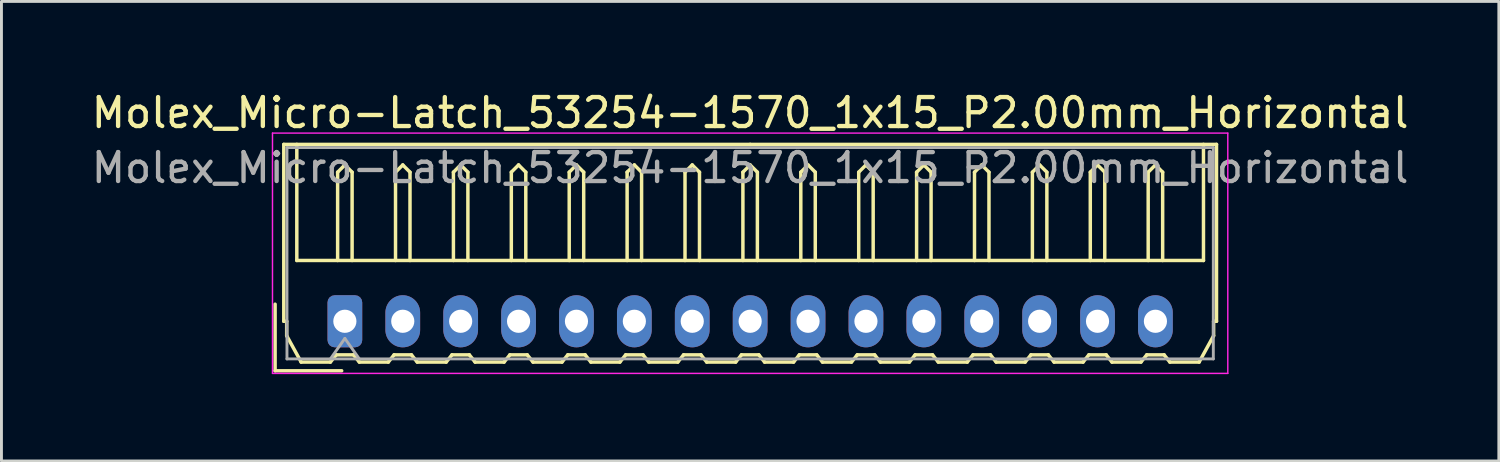
<source format=kicad_pcb>
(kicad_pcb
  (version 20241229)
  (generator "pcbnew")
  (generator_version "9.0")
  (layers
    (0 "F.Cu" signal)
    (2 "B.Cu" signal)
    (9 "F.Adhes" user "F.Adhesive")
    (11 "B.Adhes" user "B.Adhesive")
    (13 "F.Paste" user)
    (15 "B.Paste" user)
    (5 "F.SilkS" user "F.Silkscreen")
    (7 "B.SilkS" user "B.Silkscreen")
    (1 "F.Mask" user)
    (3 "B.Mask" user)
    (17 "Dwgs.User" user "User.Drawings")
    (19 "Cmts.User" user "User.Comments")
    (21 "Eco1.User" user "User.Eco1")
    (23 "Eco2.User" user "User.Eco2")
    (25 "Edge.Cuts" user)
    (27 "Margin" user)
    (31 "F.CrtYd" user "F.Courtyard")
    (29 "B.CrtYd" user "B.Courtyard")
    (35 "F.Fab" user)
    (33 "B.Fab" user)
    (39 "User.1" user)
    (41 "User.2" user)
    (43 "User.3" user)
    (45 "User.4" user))
  (footprint "Molex_Micro-Latch_53254-1570_1x15_P2.00mm_Horizontal"
    (layer "F.Cu")
    (at 8.863 8.048)
    (property "Reference" "Molex_Micro-Latch_53254-1570_1x15_P2.00mm_Horizontal" (at 14 -7.2 0) (layer "F.SilkS") (effects (font (size 1 1) (thickness 0.15))))
    (attr through_hole)
    (fp_line (start -2.41 1.71) (end -2.41 -0.59) (stroke (width 0.12) (type solid)) (layer "F.SilkS"))
    (fp_line (start -2.11 -6.11) (end 14 -6.11) (stroke (width 0.12) (type solid)) (layer "F.SilkS"))
    (fp_line (start -2.11 0) (end -2.11 -6.11) (stroke (width 0.12) (type solid)) (layer "F.SilkS"))
    (fp_line (start -2.01 0) (end -2.11 0) (stroke (width 0.12) (type solid)) (layer "F.SilkS"))
    (fp_line (start -2.01 0.5) (end -2.01 0) (stroke (width 0.12) (type solid)) (layer "F.SilkS"))
    (fp_line (start -1.66 -6.11) (end -1.66 -2.1) (stroke (width 0.12) (type solid)) (layer "F.SilkS"))
    (fp_line (start -1.66 -2.1) (end 29.66 -2.1) (stroke (width 0.12) (type solid)) (layer "F.SilkS"))
    (fp_line (start -1.51 1.41) (end -2.01 0.5) (stroke (width 0.12) (type solid)) (layer "F.SilkS"))
    (fp_line (start -0.5 1.41) (end -1.51 1.41) (stroke (width 0.12) (type solid)) (layer "F.SilkS"))
    (fp_line (start -0.3 1.16) (end -0.5 1.41) (stroke (width 0.12) (type solid)) (layer "F.SilkS"))
    (fp_line (start -0.3 1.16) (end 0.3 1.16) (stroke (width 0.12) (type solid)) (layer "F.SilkS"))
    (fp_line (start -0.25 -5.15) (end 0 -5.4) (stroke (width 0.12) (type solid)) (layer "F.SilkS"))
    (fp_line (start -0.25 -2.1) (end -0.25 -5.15) (stroke (width 0.12) (type solid)) (layer "F.SilkS"))
    (fp_line (start -0.11 1.71) (end -2.41 1.71) (stroke (width 0.12) (type solid)) (layer "F.SilkS"))
    (fp_line (start 0 -5.4) (end 0.25 -5.15) (stroke (width 0.12) (type solid)) (layer "F.SilkS"))
    (fp_line (start 0.25 -5.15) (end 0.25 -2.1) (stroke (width 0.12) (type solid)) (layer "F.SilkS"))
    (fp_line (start 0.3 1.16) (end 0.5 1.41) (stroke (width 0.12) (type solid)) (layer "F.SilkS"))
    (fp_line (start 0.5 1.41) (end 1.5 1.41) (stroke (width 0.12) (type solid)) (layer "F.SilkS"))
    (fp_line (start 1.5 1.41) (end 1.7 1.16) (stroke (width 0.12) (type solid)) (layer "F.SilkS"))
    (fp_line (start 1.7 1.16) (end 2.3 1.16) (stroke (width 0.12) (type solid)) (layer "F.SilkS"))
    (fp_line (start 1.75 -5.15) (end 2 -5.4) (stroke (width 0.12) (type solid)) (layer "F.SilkS"))
    (fp_line (start 1.75 -2.1) (end 1.75 -5.15) (stroke (width 0.12) (type solid)) (layer "F.SilkS"))
    (fp_line (start 2 -5.4) (end 2.25 -5.15) (stroke (width 0.12) (type solid)) (layer "F.SilkS"))
    (fp_line (start 2.25 -5.15) (end 2.25 -2.1) (stroke (width 0.12) (type solid)) (layer "F.SilkS"))
    (fp_line (start 2.3 1.16) (end 2.5 1.41) (stroke (width 0.12) (type solid)) (layer "F.SilkS"))
    (fp_line (start 2.5 1.41) (end 3.5 1.41) (stroke (width 0.12) (type solid)) (layer "F.SilkS"))
    (fp_line (start 3.5 1.41) (end 3.7 1.16) (stroke (width 0.12) (type solid)) (layer "F.SilkS"))
    (fp_line (start 3.7 1.16) (end 4.3 1.16) (stroke (width 0.12) (type solid)) (layer "F.SilkS"))
    (fp_line (start 3.75 -5.15) (end 4 -5.4) (stroke (width 0.12) (type solid)) (layer "F.SilkS"))
    (fp_line (start 3.75 -2.1) (end 3.75 -5.15) (stroke (width 0.12) (type solid)) (layer "F.SilkS"))
    (fp_line (start 4 -5.4) (end 4.25 -5.15) (stroke (width 0.12) (type solid)) (layer "F.SilkS"))
    (fp_line (start 4.25 -5.15) (end 4.25 -2.1) (stroke (width 0.12) (type solid)) (layer "F.SilkS"))
    (fp_line (start 4.3 1.16) (end 4.5 1.41) (stroke (width 0.12) (type solid)) (layer "F.SilkS"))
    (fp_line (start 4.5 1.41) (end 5.5 1.41) (stroke (width 0.12) (type solid)) (layer "F.SilkS"))
    (fp_line (start 5.5 1.41) (end 5.7 1.16) (stroke (width 0.12) (type solid)) (layer "F.SilkS"))
    (fp_line (start 5.7 1.16) (end 6.3 1.16) (stroke (width 0.12) (type solid)) (layer "F.SilkS"))
    (fp_line (start 5.75 -5.15) (end 6 -5.4) (stroke (width 0.12) (type solid)) (layer "F.SilkS"))
    (fp_line (start 5.75 -2.1) (end 5.75 -5.15) (stroke (width 0.12) (type solid)) (layer "F.SilkS"))
    (fp_line (start 6 -5.4) (end 6.25 -5.15) (stroke (width 0.12) (type solid)) (layer "F.SilkS"))
    (fp_line (start 6.25 -5.15) (end 6.25 -2.1) (stroke (width 0.12) (type solid)) (layer "F.SilkS"))
    (fp_line (start 6.3 1.16) (end 6.5 1.41) (stroke (width 0.12) (type solid)) (layer "F.SilkS"))
    (fp_line (start 6.5 1.41) (end 7.5 1.41) (stroke (width 0.12) (type solid)) (layer "F.SilkS"))
    (fp_line (start 7.5 1.41) (end 7.7 1.16) (stroke (width 0.12) (type solid)) (layer "F.SilkS"))
    (fp_line (start 7.7 1.16) (end 8.3 1.16) (stroke (width 0.12) (type solid)) (layer "F.SilkS"))
    (fp_line (start 7.75 -5.15) (end 8 -5.4) (stroke (width 0.12) (type solid)) (layer "F.SilkS"))
    (fp_line (start 7.75 -2.1) (end 7.75 -5.15) (stroke (width 0.12) (type solid)) (layer "F.SilkS"))
    (fp_line (start 8 -5.4) (end 8.25 -5.15) (stroke (width 0.12) (type solid)) (layer "F.SilkS"))
    (fp_line (start 8.25 -5.15) (end 8.25 -2.1) (stroke (width 0.12) (type solid)) (layer "F.SilkS"))
    (fp_line (start 8.3 1.16) (end 8.5 1.41) (stroke (width 0.12) (type solid)) (layer "F.SilkS"))
    (fp_line (start 8.5 1.41) (end 9.5 1.41) (stroke (width 0.12) (type solid)) (layer "F.SilkS"))
    (fp_line (start 9.5 1.41) (end 9.7 1.16) (stroke (width 0.12) (type solid)) (layer "F.SilkS"))
    (fp_line (start 9.7 1.16) (end 10.3 1.16) (stroke (width 0.12) (type solid)) (layer "F.SilkS"))
    (fp_line (start 9.75 -5.15) (end 10 -5.4) (stroke (width 0.12) (type solid)) (layer "F.SilkS"))
    (fp_line (start 9.75 -2.1) (end 9.75 -5.15) (stroke (width 0.12) (type solid)) (layer "F.SilkS"))
    (fp_line (start 10 -5.4) (end 10.25 -5.15) (stroke (width 0.12) (type solid)) (layer "F.SilkS"))
    (fp_line (start 10.25 -5.15) (end 10.25 -2.1) (stroke (width 0.12) (type solid)) (layer "F.SilkS"))
    (fp_line (start 10.3 1.16) (end 10.5 1.41) (stroke (width 0.12) (type solid)) (layer "F.SilkS"))
    (fp_line (start 10.5 1.41) (end 11.5 1.41) (stroke (width 0.12) (type solid)) (layer "F.SilkS"))
    (fp_line (start 11.5 1.41) (end 11.7 1.16) (stroke (width 0.12) (type solid)) (layer "F.SilkS"))
    (fp_line (start 11.7 1.16) (end 12.3 1.16) (stroke (width 0.12) (type solid)) (layer "F.SilkS"))
    (fp_line (start 11.75 -5.15) (end 12 -5.4) (stroke (width 0.12) (type solid)) (layer "F.SilkS"))
    (fp_line (start 11.75 -2.1) (end 11.75 -5.15) (stroke (width 0.12) (type solid)) (layer "F.SilkS"))
    (fp_line (start 12 -5.4) (end 12.25 -5.15) (stroke (width 0.12) (type solid)) (layer "F.SilkS"))
    (fp_line (start 12.25 -5.15) (end 12.25 -2.1) (stroke (width 0.12) (type solid)) (layer "F.SilkS"))
    (fp_line (start 12.3 1.16) (end 12.5 1.41) (stroke (width 0.12) (type solid)) (layer "F.SilkS"))
    (fp_line (start 12.5 1.41) (end 13.5 1.41) (stroke (width 0.12) (type solid)) (layer "F.SilkS"))
    (fp_line (start 13.5 1.41) (end 13.7 1.16) (stroke (width 0.12) (type solid)) (layer "F.SilkS"))
    (fp_line (start 13.7 1.16) (end 14.3 1.16) (stroke (width 0.12) (type solid)) (layer "F.SilkS"))
    (fp_line (start 13.75 -5.15) (end 14 -5.4) (stroke (width 0.12) (type solid)) (layer "F.SilkS"))
    (fp_line (start 13.75 -2.1) (end 13.75 -5.15) (stroke (width 0.12) (type solid)) (layer "F.SilkS"))
    (fp_line (start 14 -5.4) (end 14.25 -5.15) (stroke (width 0.12) (type solid)) (layer "F.SilkS"))
    (fp_line (start 14.25 -5.15) (end 14.25 -2.1) (stroke (width 0.12) (type solid)) (layer "F.SilkS"))
    (fp_line (start 14.3 1.16) (end 14.5 1.41) (stroke (width 0.12) (type solid)) (layer "F.SilkS"))
    (fp_line (start 14.5 1.41) (end 15.5 1.41) (stroke (width 0.12) (type solid)) (layer "F.SilkS"))
    (fp_line (start 15.5 1.41) (end 15.7 1.16) (stroke (width 0.12) (type solid)) (layer "F.SilkS"))
    (fp_line (start 15.7 1.16) (end 16.3 1.16) (stroke (width 0.12) (type solid)) (layer "F.SilkS"))
    (fp_line (start 15.75 -5.15) (end 16 -5.4) (stroke (width 0.12) (type solid)) (layer "F.SilkS"))
    (fp_line (start 15.75 -2.1) (end 15.75 -5.15) (stroke (width 0.12) (type solid)) (layer "F.SilkS"))
    (fp_line (start 16 -5.4) (end 16.25 -5.15) (stroke (width 0.12) (type solid)) (layer "F.SilkS"))
    (fp_line (start 16.25 -5.15) (end 16.25 -2.1) (stroke (width 0.12) (type solid)) (layer "F.SilkS"))
    (fp_line (start 16.3 1.16) (end 16.5 1.41) (stroke (width 0.12) (type solid)) (layer "F.SilkS"))
    (fp_line (start 16.5 1.41) (end 17.5 1.41) (stroke (width 0.12) (type solid)) (layer "F.SilkS"))
    (fp_line (start 17.5 1.41) (end 17.7 1.16) (stroke (width 0.12) (type solid)) (layer "F.SilkS"))
    (fp_line (start 17.7 1.16) (end 18.3 1.16) (stroke (width 0.12) (type solid)) (layer "F.SilkS"))
    (fp_line (start 17.75 -5.15) (end 18 -5.4) (stroke (width 0.12) (type solid)) (layer "F.SilkS"))
    (fp_line (start 17.75 -2.1) (end 17.75 -5.15) (stroke (width 0.12) (type solid)) (layer "F.SilkS"))
    (fp_line (start 18 -5.4) (end 18.25 -5.15) (stroke (width 0.12) (type solid)) (layer "F.SilkS"))
    (fp_line (start 18.25 -5.15) (end 18.25 -2.1) (stroke (width 0.12) (type solid)) (layer "F.SilkS"))
    (fp_line (start 18.3 1.16) (end 18.5 1.41) (stroke (width 0.12) (type solid)) (layer "F.SilkS"))
    (fp_line (start 18.5 1.41) (end 19.5 1.41) (stroke (width 0.12) (type solid)) (layer "F.SilkS"))
    (fp_line (start 19.5 1.41) (end 19.7 1.16) (stroke (width 0.12) (type solid)) (layer "F.SilkS"))
    (fp_line (start 19.7 1.16) (end 20.3 1.16) (stroke (width 0.12) (type solid)) (layer "F.SilkS"))
    (fp_line (start 19.75 -5.15) (end 20 -5.4) (stroke (width 0.12) (type solid)) (layer "F.SilkS"))
    (fp_line (start 19.75 -2.1) (end 19.75 -5.15) (stroke (width 0.12) (type solid)) (layer "F.SilkS"))
    (fp_line (start 20 -5.4) (end 20.25 -5.15) (stroke (width 0.12) (type solid)) (layer "F.SilkS"))
    (fp_line (start 20.25 -5.15) (end 20.25 -2.1) (stroke (width 0.12) (type solid)) (layer "F.SilkS"))
    (fp_line (start 20.3 1.16) (end 20.5 1.41) (stroke (width 0.12) (type solid)) (layer "F.SilkS"))
    (fp_line (start 20.5 1.41) (end 21.5 1.41) (stroke (width 0.12) (type solid)) (layer "F.SilkS"))
    (fp_line (start 21.5 1.41) (end 21.7 1.16) (stroke (width 0.12) (type solid)) (layer "F.SilkS"))
    (fp_line (start 21.7 1.16) (end 22.3 1.16) (stroke (width 0.12) (type solid)) (layer "F.SilkS"))
    (fp_line (start 21.75 -5.15) (end 22 -5.4) (stroke (width 0.12) (type solid)) (layer "F.SilkS"))
    (fp_line (start 21.75 -2.1) (end 21.75 -5.15) (stroke (width 0.12) (type solid)) (layer "F.SilkS"))
    (fp_line (start 22 -5.4) (end 22.25 -5.15) (stroke (width 0.12) (type solid)) (layer "F.SilkS"))
    (fp_line (start 22.25 -5.15) (end 22.25 -2.1) (stroke (width 0.12) (type solid)) (layer "F.SilkS"))
    (fp_line (start 22.3 1.16) (end 22.5 1.41) (stroke (width 0.12) (type solid)) (layer "F.SilkS"))
    (fp_line (start 22.5 1.41) (end 23.5 1.41) (stroke (width 0.12) (type solid)) (layer "F.SilkS"))
    (fp_line (start 23.5 1.41) (end 23.7 1.16) (stroke (width 0.12) (type solid)) (layer "F.SilkS"))
    (fp_line (start 23.7 1.16) (end 24.3 1.16) (stroke (width 0.12) (type solid)) (layer "F.SilkS"))
    (fp_line (start 23.75 -5.15) (end 24 -5.4) (stroke (width 0.12) (type solid)) (layer "F.SilkS"))
    (fp_line (start 23.75 -2.1) (end 23.75 -5.15) (stroke (width 0.12) (type solid)) (layer "F.SilkS"))
    (fp_line (start 24 -5.4) (end 24.25 -5.15) (stroke (width 0.12) (type solid)) (layer "F.SilkS"))
    (fp_line (start 24.25 -5.15) (end 24.25 -2.1) (stroke (width 0.12) (type solid)) (layer "F.SilkS"))
    (fp_line (start 24.3 1.16) (end 24.5 1.41) (stroke (width 0.12) (type solid)) (layer "F.SilkS"))
    (fp_line (start 24.5 1.41) (end 25.5 1.41) (stroke (width 0.12) (type solid)) (layer "F.SilkS"))
    (fp_line (start 25.5 1.41) (end 25.7 1.16) (stroke (width 0.12) (type solid)) (layer "F.SilkS"))
    (fp_line (start 25.7 1.16) (end 26.3 1.16) (stroke (width 0.12) (type solid)) (layer "F.SilkS"))
    (fp_line (start 25.75 -5.15) (end 26 -5.4) (stroke (width 0.12) (type solid)) (layer "F.SilkS"))
    (fp_line (start 25.75 -2.1) (end 25.75 -5.15) (stroke (width 0.12) (type solid)) (layer "F.SilkS"))
    (fp_line (start 26 -5.4) (end 26.25 -5.15) (stroke (width 0.12) (type solid)) (layer "F.SilkS"))
    (fp_line (start 26.25 -5.15) (end 26.25 -2.1) (stroke (width 0.12) (type solid)) (layer "F.SilkS"))
    (fp_line (start 26.3 1.16) (end 26.5 1.41) (stroke (width 0.12) (type solid)) (layer "F.SilkS"))
    (fp_line (start 26.5 1.41) (end 27.5 1.41) (stroke (width 0.12) (type solid)) (layer "F.SilkS"))
    (fp_line (start 27.5 1.41) (end 27.7 1.16) (stroke (width 0.12) (type solid)) (layer "F.SilkS"))
    (fp_line (start 27.7 1.16) (end 28.3 1.16) (stroke (width 0.12) (type solid)) (layer "F.SilkS"))
    (fp_line (start 27.75 -5.15) (end 28 -5.4) (stroke (width 0.12) (type solid)) (layer "F.SilkS"))
    (fp_line (start 27.75 -2.1) (end 27.75 -5.15) (stroke (width 0.12) (type solid)) (layer "F.SilkS"))
    (fp_line (start 28 -5.4) (end 28.25 -5.15) (stroke (width 0.12) (type solid)) (layer "F.SilkS"))
    (fp_line (start 28.25 -5.15) (end 28.25 -2.1) (stroke (width 0.12) (type solid)) (layer "F.SilkS"))
    (fp_line (start 28.3 1.16) (end 28.5 1.41) (stroke (width 0.12) (type solid)) (layer "F.SilkS"))
    (fp_line (start 28.5 1.41) (end 29.51 1.41) (stroke (width 0.12) (type solid)) (layer "F.SilkS"))
    (fp_line (start 29.51 1.41) (end 30.01 0.5) (stroke (width 0.12) (type solid)) (layer "F.SilkS"))
    (fp_line (start 29.66 -2.1) (end 29.66 -6.11) (stroke (width 0.12) (type solid)) (layer "F.SilkS"))
    (fp_line (start 30.01 0) (end 30.11 0) (stroke (width 0.12) (type solid)) (layer "F.SilkS"))
    (fp_line (start 30.01 0.5) (end 30.01 0) (stroke (width 0.12) (type solid)) (layer "F.SilkS"))
    (fp_line (start 30.11 -6.11) (end 14 -6.11) (stroke (width 0.12) (type solid)) (layer "F.SilkS"))
    (fp_line (start 30.11 0) (end 30.11 -6.11) (stroke (width 0.12) (type solid)) (layer "F.SilkS"))
    (fp_line (start -2.5 -6.5) (end -2.5 1.8) (stroke (width 0.05) (type solid)) (layer "F.CrtYd"))
    (fp_line (start -2.5 1.8) (end 30.5 1.8) (stroke (width 0.05) (type solid)) (layer "F.CrtYd"))
    (fp_line (start 30.5 -6.5) (end -2.5 -6.5) (stroke (width 0.05) (type solid)) (layer "F.CrtYd"))
    (fp_line (start 30.5 1.8) (end 30.5 -6.5) (stroke (width 0.05) (type solid)) (layer "F.CrtYd"))
    (fp_line (start -2 -6) (end -2 1.3) (stroke (width 0.1) (type solid)) (layer "F.Fab"))
    (fp_line (start -2 1.3) (end 30 1.3) (stroke (width 0.1) (type solid)) (layer "F.Fab"))
    (fp_line (start -0.5 1.3) (end 0 0.593) (stroke (width 0.1) (type solid)) (layer "F.Fab"))
    (fp_line (start 0 0.593) (end 0.5 1.3) (stroke (width 0.1) (type solid)) (layer "F.Fab"))
    (fp_line (start 30 -6) (end -2 -6) (stroke (width 0.1) (type solid)) (layer "F.Fab"))
    (fp_line (start 30 1.3) (end 30 -6) (stroke (width 0.1) (type solid)) (layer "F.Fab"))
    (fp_text user "${REFERENCE}" (at 14 -5.3 0) (layer "F.Fab") (effects (font (size 1 1) (thickness 0.15))))
    (pad "1" thru_hole roundrect (at 0 0) (size 1.2 1.8) (drill 0.8) (layers "*.Cu" "*.Mask") (roundrect_rratio 0.208))
    (pad "2" thru_hole oval (at 2 0) (size 1.2 1.8) (drill 0.8) (layers "*.Cu" "*.Mask"))
    (pad "3" thru_hole oval (at 4 0) (size 1.2 1.8) (drill 0.8) (layers "*.Cu" "*.Mask"))
    (pad "4" thru_hole oval (at 6 0) (size 1.2 1.8) (drill 0.8) (layers "*.Cu" "*.Mask"))
    (pad "5" thru_hole oval (at 8 0) (size 1.2 1.8) (drill 0.8) (layers "*.Cu" "*.Mask"))
    (pad "6" thru_hole oval (at 10 0) (size 1.2 1.8) (drill 0.8) (layers "*.Cu" "*.Mask"))
    (pad "7" thru_hole oval (at 12 0) (size 1.2 1.8) (drill 0.8) (layers "*.Cu" "*.Mask"))
    (pad "8" thru_hole oval (at 14 0) (size 1.2 1.8) (drill 0.8) (layers "*.Cu" "*.Mask"))
    (pad "9" thru_hole oval (at 16 0) (size 1.2 1.8) (drill 0.8) (layers "*.Cu" "*.Mask"))
    (pad "10" thru_hole oval (at 18 0) (size 1.2 1.8) (drill 0.8) (layers "*.Cu" "*.Mask"))
    (pad "11" thru_hole oval (at 20 0) (size 1.2 1.8) (drill 0.8) (layers "*.Cu" "*.Mask"))
    (pad "12" thru_hole oval (at 22 0) (size 1.2 1.8) (drill 0.8) (layers "*.Cu" "*.Mask"))
    (pad "13" thru_hole oval (at 24 0) (size 1.2 1.8) (drill 0.8) (layers "*.Cu" "*.Mask"))
    (pad "14" thru_hole oval (at 26 0) (size 1.2 1.8) (drill 0.8) (layers "*.Cu" "*.Mask"))
    (pad "15" thru_hole oval (at 28 0) (size 1.2 1.8) (drill 0.8) (layers "*.Cu" "*.Mask")))
  (gr_rect
    (start -3 -3)
    (end 48.726 12.873)
    (stroke (width 0.1) (type default))
    (fill no)
    (layer "Edge.Cuts")))
</source>
